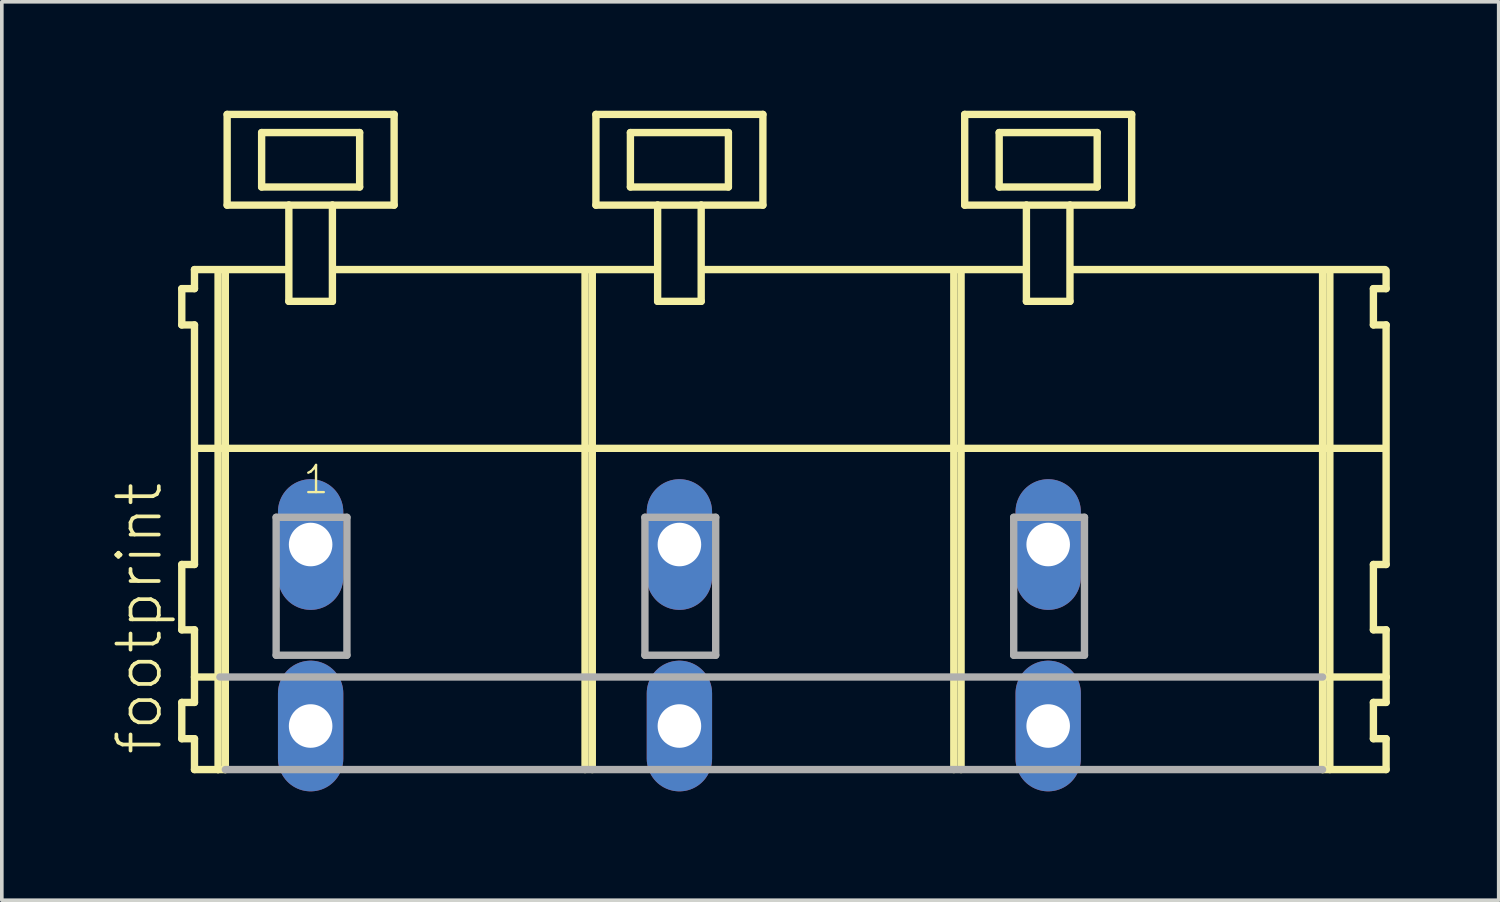
<source format=kicad_pcb>
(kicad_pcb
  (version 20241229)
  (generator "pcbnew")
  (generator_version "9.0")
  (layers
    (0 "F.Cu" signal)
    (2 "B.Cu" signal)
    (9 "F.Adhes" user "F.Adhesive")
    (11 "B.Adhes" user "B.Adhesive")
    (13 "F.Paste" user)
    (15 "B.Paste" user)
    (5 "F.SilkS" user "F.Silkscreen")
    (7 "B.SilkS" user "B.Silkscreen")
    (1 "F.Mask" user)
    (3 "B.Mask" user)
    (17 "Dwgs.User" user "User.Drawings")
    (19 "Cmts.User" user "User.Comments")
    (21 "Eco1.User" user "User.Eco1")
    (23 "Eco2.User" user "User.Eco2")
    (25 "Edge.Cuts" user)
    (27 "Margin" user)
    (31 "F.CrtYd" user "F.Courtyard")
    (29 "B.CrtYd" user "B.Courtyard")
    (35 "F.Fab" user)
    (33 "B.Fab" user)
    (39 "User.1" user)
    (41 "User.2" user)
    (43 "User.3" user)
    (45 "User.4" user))
  (footprint "footprint"
    (layer "F.Cu")
    (at 13.128 11.952)
    (property "Reference" "footprint" (at -11.655 5.855 90) (layer "F.SilkS") (effects (font (size 1.168 1.168) (thickness 0.102)) (justify left bottom)))
    (fp_line (start -11.17 -7.05) (end -11.17 -6.05) (stroke (width 0.203) (type solid)) (layer "F.SilkS"))
    (fp_line (start -11.17 -6.05) (end -10.82 -6.05) (stroke (width 0.203) (type solid)) (layer "F.SilkS"))
    (fp_line (start -11.17 0.55) (end -11.17 2.35) (stroke (width 0.203) (type solid)) (layer "F.SilkS"))
    (fp_line (start -11.17 2.35) (end -10.82 2.35) (stroke (width 0.203) (type solid)) (layer "F.SilkS"))
    (fp_line (start -11.17 4.35) (end -11.17 5.35) (stroke (width 0.203) (type solid)) (layer "F.SilkS"))
    (fp_line (start -11.17 5.35) (end -10.82 5.35) (stroke (width 0.203) (type solid)) (layer "F.SilkS"))
    (fp_line (start -10.82 -7.575) (end -10.82 -7.05) (stroke (width 0.203) (type solid)) (layer "F.SilkS"))
    (fp_line (start -10.82 -7.575) (end -8.245 -7.575) (stroke (width 0.203) (type solid)) (layer "F.SilkS"))
    (fp_line (start -10.82 -7.05) (end -11.17 -7.05) (stroke (width 0.203) (type solid)) (layer "F.SilkS"))
    (fp_line (start -10.82 -6.05) (end -10.82 0.55) (stroke (width 0.203) (type solid)) (layer "F.SilkS"))
    (fp_line (start -10.82 0.55) (end -11.17 0.55) (stroke (width 0.203) (type solid)) (layer "F.SilkS"))
    (fp_line (start -10.82 2.35) (end -10.82 4.35) (stroke (width 0.203) (type solid)) (layer "F.SilkS"))
    (fp_line (start -10.82 3.65) (end -10.12 3.65) (stroke (width 0.203) (type solid)) (layer "F.SilkS"))
    (fp_line (start -10.82 4.35) (end -11.17 4.35) (stroke (width 0.203) (type solid)) (layer "F.SilkS"))
    (fp_line (start -10.82 5.35) (end -10.82 6.2) (stroke (width 0.203) (type solid)) (layer "F.SilkS"))
    (fp_line (start -10.82 6.2) (end -10.17 6.2) (stroke (width 0.203) (type solid)) (layer "F.SilkS"))
    (fp_line (start -10.77 -2.65) (end 21.96 -2.65) (stroke (width 0.203) (type solid)) (layer "F.SilkS"))
    (fp_line (start -10.17 -7.55) (end -10.17 6.2) (stroke (width 0.203) (type solid)) (layer "F.SilkS"))
    (fp_line (start -10.17 6.2) (end -9.97 6.2) (stroke (width 0.203) (type solid)) (layer "F.SilkS"))
    (fp_line (start -9.97 -7.55) (end -9.97 6.2) (stroke (width 0.203) (type solid)) (layer "F.SilkS"))
    (fp_line (start -9.92 -11.85) (end -9.92 -9.35) (stroke (width 0.203) (type solid)) (layer "F.SilkS"))
    (fp_line (start -9.92 -9.35) (end -8.22 -9.35) (stroke (width 0.203) (type solid)) (layer "F.SilkS"))
    (fp_line (start -8.97 -11.35) (end -8.97 -9.85) (stroke (width 0.203) (type solid)) (layer "F.SilkS"))
    (fp_line (start -8.97 -9.85) (end -6.27 -9.85) (stroke (width 0.203) (type solid)) (layer "F.SilkS"))
    (fp_line (start -8.22 -9.35) (end -8.22 -6.7) (stroke (width 0.203) (type solid)) (layer "F.SilkS"))
    (fp_line (start -8.22 -9.35) (end -7.02 -9.35) (stroke (width 0.203) (type solid)) (layer "F.SilkS"))
    (fp_line (start -8.22 -6.7) (end -7.02 -6.7) (stroke (width 0.203) (type solid)) (layer "F.SilkS"))
    (fp_line (start -7.02 -9.35) (end -5.32 -9.35) (stroke (width 0.203) (type solid)) (layer "F.SilkS"))
    (fp_line (start -7.02 -6.7) (end -7.02 -9.35) (stroke (width 0.203) (type solid)) (layer "F.SilkS"))
    (fp_line (start -6.995 -7.575) (end 1.919 -7.575) (stroke (width 0.203) (type solid)) (layer "F.SilkS"))
    (fp_line (start -6.27 -11.35) (end -8.97 -11.35) (stroke (width 0.203) (type solid)) (layer "F.SilkS"))
    (fp_line (start -6.27 -9.85) (end -6.27 -11.35) (stroke (width 0.203) (type solid)) (layer "F.SilkS"))
    (fp_line (start -5.32 -11.85) (end -9.92 -11.85) (stroke (width 0.203) (type solid)) (layer "F.SilkS"))
    (fp_line (start -5.32 -9.35) (end -5.32 -11.85) (stroke (width 0.203) (type solid)) (layer "F.SilkS"))
    (fp_line (start -0.06 -7.55) (end -0.06 6.2) (stroke (width 0.203) (type solid)) (layer "F.SilkS"))
    (fp_line (start 0.14 -7.55) (end 0.14 6.2) (stroke (width 0.203) (type solid)) (layer "F.SilkS"))
    (fp_line (start 0.24 -11.85) (end 0.24 -9.35) (stroke (width 0.203) (type solid)) (layer "F.SilkS"))
    (fp_line (start 0.24 -9.35) (end 1.94 -9.35) (stroke (width 0.203) (type solid)) (layer "F.SilkS"))
    (fp_line (start 1.19 -11.35) (end 1.19 -9.85) (stroke (width 0.203) (type solid)) (layer "F.SilkS"))
    (fp_line (start 1.19 -9.85) (end 3.89 -9.85) (stroke (width 0.203) (type solid)) (layer "F.SilkS"))
    (fp_line (start 1.94 -9.35) (end 1.94 -6.7) (stroke (width 0.203) (type solid)) (layer "F.SilkS"))
    (fp_line (start 1.94 -9.35) (end 3.14 -9.35) (stroke (width 0.203) (type solid)) (layer "F.SilkS"))
    (fp_line (start 1.94 -6.7) (end 3.14 -6.7) (stroke (width 0.203) (type solid)) (layer "F.SilkS"))
    (fp_line (start 3.14 -9.35) (end 4.84 -9.35) (stroke (width 0.203) (type solid)) (layer "F.SilkS"))
    (fp_line (start 3.14 -6.7) (end 3.14 -9.35) (stroke (width 0.203) (type solid)) (layer "F.SilkS"))
    (fp_line (start 3.165 -7.575) (end 12.079 -7.575) (stroke (width 0.203) (type solid)) (layer "F.SilkS"))
    (fp_line (start 3.89 -11.35) (end 1.19 -11.35) (stroke (width 0.203) (type solid)) (layer "F.SilkS"))
    (fp_line (start 3.89 -9.85) (end 3.89 -11.35) (stroke (width 0.203) (type solid)) (layer "F.SilkS"))
    (fp_line (start 4.84 -11.85) (end 0.24 -11.85) (stroke (width 0.203) (type solid)) (layer "F.SilkS"))
    (fp_line (start 4.84 -9.35) (end 4.84 -11.85) (stroke (width 0.203) (type solid)) (layer "F.SilkS"))
    (fp_line (start 10.1 -7.55) (end 10.1 6.2) (stroke (width 0.203) (type solid)) (layer "F.SilkS"))
    (fp_line (start 10.3 -7.55) (end 10.3 6.2) (stroke (width 0.203) (type solid)) (layer "F.SilkS"))
    (fp_line (start 10.4 -11.85) (end 10.4 -9.35) (stroke (width 0.203) (type solid)) (layer "F.SilkS"))
    (fp_line (start 10.4 -9.35) (end 12.1 -9.35) (stroke (width 0.203) (type solid)) (layer "F.SilkS"))
    (fp_line (start 11.35 -11.35) (end 11.35 -9.85) (stroke (width 0.203) (type solid)) (layer "F.SilkS"))
    (fp_line (start 11.35 -9.85) (end 14.05 -9.85) (stroke (width 0.203) (type solid)) (layer "F.SilkS"))
    (fp_line (start 12.1 -9.35) (end 12.1 -6.7) (stroke (width 0.203) (type solid)) (layer "F.SilkS"))
    (fp_line (start 12.1 -9.35) (end 13.3 -9.35) (stroke (width 0.203) (type solid)) (layer "F.SilkS"))
    (fp_line (start 12.1 -6.7) (end 13.3 -6.7) (stroke (width 0.203) (type solid)) (layer "F.SilkS"))
    (fp_line (start 13.3 -9.35) (end 15 -9.35) (stroke (width 0.203) (type solid)) (layer "F.SilkS"))
    (fp_line (start 13.3 -6.7) (end 13.3 -9.35) (stroke (width 0.203) (type solid)) (layer "F.SilkS"))
    (fp_line (start 13.325 -7.575) (end 21.985 -7.575) (stroke (width 0.203) (type solid)) (layer "F.SilkS"))
    (fp_line (start 14.05 -11.35) (end 11.35 -11.35) (stroke (width 0.203) (type solid)) (layer "F.SilkS"))
    (fp_line (start 14.05 -9.85) (end 14.05 -11.35) (stroke (width 0.203) (type solid)) (layer "F.SilkS"))
    (fp_line (start 15 -11.85) (end 10.4 -11.85) (stroke (width 0.203) (type solid)) (layer "F.SilkS"))
    (fp_line (start 15 -9.35) (end 15 -11.85) (stroke (width 0.203) (type solid)) (layer "F.SilkS"))
    (fp_line (start 20.26 -7.55) (end 20.26 6.2) (stroke (width 0.203) (type solid)) (layer "F.SilkS"))
    (fp_line (start 20.26 6.2) (end 22.01 6.2) (stroke (width 0.203) (type solid)) (layer "F.SilkS"))
    (fp_line (start 20.31 3.65) (end 22.01 3.65) (stroke (width 0.203) (type solid)) (layer "F.SilkS"))
    (fp_line (start 20.46 -7.55) (end 20.46 6.2) (stroke (width 0.203) (type solid)) (layer "F.SilkS"))
    (fp_line (start 21.66 -7.05) (end 21.66 -6.05) (stroke (width 0.203) (type solid)) (layer "F.SilkS"))
    (fp_line (start 21.66 -6.05) (end 22.01 -6.05) (stroke (width 0.203) (type solid)) (layer "F.SilkS"))
    (fp_line (start 21.66 0.55) (end 21.66 2.35) (stroke (width 0.203) (type solid)) (layer "F.SilkS"))
    (fp_line (start 21.66 2.35) (end 22.01 2.35) (stroke (width 0.203) (type solid)) (layer "F.SilkS"))
    (fp_line (start 21.66 4.35) (end 21.66 5.35) (stroke (width 0.203) (type solid)) (layer "F.SilkS"))
    (fp_line (start 21.66 5.35) (end 22.01 5.35) (stroke (width 0.203) (type solid)) (layer "F.SilkS"))
    (fp_line (start 22.01 -7.05) (end 21.66 -7.05) (stroke (width 0.203) (type solid)) (layer "F.SilkS"))
    (fp_line (start 22.01 -7.05) (end 22.01 -7.55) (stroke (width 0.203) (type solid)) (layer "F.SilkS"))
    (fp_line (start 22.01 0.55) (end 21.66 0.55) (stroke (width 0.203) (type solid)) (layer "F.SilkS"))
    (fp_line (start 22.01 0.55) (end 22.01 -6.05) (stroke (width 0.203) (type solid)) (layer "F.SilkS"))
    (fp_line (start 22.01 3.65) (end 22.01 2.35) (stroke (width 0.203) (type solid)) (layer "F.SilkS"))
    (fp_line (start 22.01 4.35) (end 21.66 4.35) (stroke (width 0.203) (type solid)) (layer "F.SilkS"))
    (fp_line (start 22.01 4.35) (end 22.01 3.65) (stroke (width 0.203) (type solid)) (layer "F.SilkS"))
    (fp_line (start 22.01 6.2) (end 22.01 5.35) (stroke (width 0.203) (type solid)) (layer "F.SilkS"))
    (fp_line (start -10.12 3.65) (end 20.26 3.65) (stroke (width 0.203) (type solid)) (layer "F.Fab"))
    (fp_line (start -9.97 6.2) (end 20.26 6.2) (stroke (width 0.203) (type solid)) (layer "F.Fab"))
    (fp_line (start -8.57 -0.75) (end -8.57 3.05) (stroke (width 0.203) (type solid)) (layer "F.Fab"))
    (fp_line (start -8.57 3.05) (end -6.62 3.05) (stroke (width 0.203) (type solid)) (layer "F.Fab"))
    (fp_line (start -6.62 -0.75) (end -8.57 -0.75) (stroke (width 0.203) (type solid)) (layer "F.Fab"))
    (fp_line (start -6.62 3.05) (end -6.62 -0.75) (stroke (width 0.203) (type solid)) (layer "F.Fab"))
    (fp_line (start 1.59 -0.75) (end 1.59 3.05) (stroke (width 0.203) (type solid)) (layer "F.Fab"))
    (fp_line (start 1.59 3.05) (end 3.54 3.05) (stroke (width 0.203) (type solid)) (layer "F.Fab"))
    (fp_line (start 3.54 -0.75) (end 1.59 -0.75) (stroke (width 0.203) (type solid)) (layer "F.Fab"))
    (fp_line (start 3.54 3.05) (end 3.54 -0.75) (stroke (width 0.203) (type solid)) (layer "F.Fab"))
    (fp_line (start 11.75 -0.75) (end 11.75 3.05) (stroke (width 0.203) (type solid)) (layer "F.Fab"))
    (fp_line (start 11.75 3.05) (end 13.7 3.05) (stroke (width 0.203) (type solid)) (layer "F.Fab"))
    (fp_line (start 13.7 -0.75) (end 11.75 -0.75) (stroke (width 0.203) (type solid)) (layer "F.Fab"))
    (fp_line (start 13.7 3.05) (end 13.7 -0.75) (stroke (width 0.203) (type solid)) (layer "F.Fab"))
    (fp_text user "1" (at -7.87 -1.35 0) (layer "F.SilkS") (effects (font (size 0.748 0.748) (thickness 0.065)) (justify left bottom)))
    (pad "A1" thru_hole oval (at -7.62 0 90) (size 3.6 1.8) (drill 1.2) (layers "*.Cu" "*.Mask"))
    (pad "A2" thru_hole oval (at 2.54 0 90) (size 3.6 1.8) (drill 1.2) (layers "*.Cu" "*.Mask"))
    (pad "A3" thru_hole oval (at 12.7 0 90) (size 3.6 1.8) (drill 1.2) (layers "*.Cu" "*.Mask"))
    (pad "B1" thru_hole oval (at -7.62 5 90) (size 3.6 1.8) (drill 1.2) (layers "*.Cu" "*.Mask"))
    (pad "B2" thru_hole oval (at 2.54 5 90) (size 3.6 1.8) (drill 1.2) (layers "*.Cu" "*.Mask"))
    (pad "B3" thru_hole oval (at 12.7 5 90) (size 3.6 1.8) (drill 1.2) (layers "*.Cu" "*.Mask")))
  (gr_rect
    (start -3 -3)
    (end 38.24 21.752)
    (stroke (width 0.1) (type default))
    (fill no)
    (layer "Edge.Cuts")))
</source>
